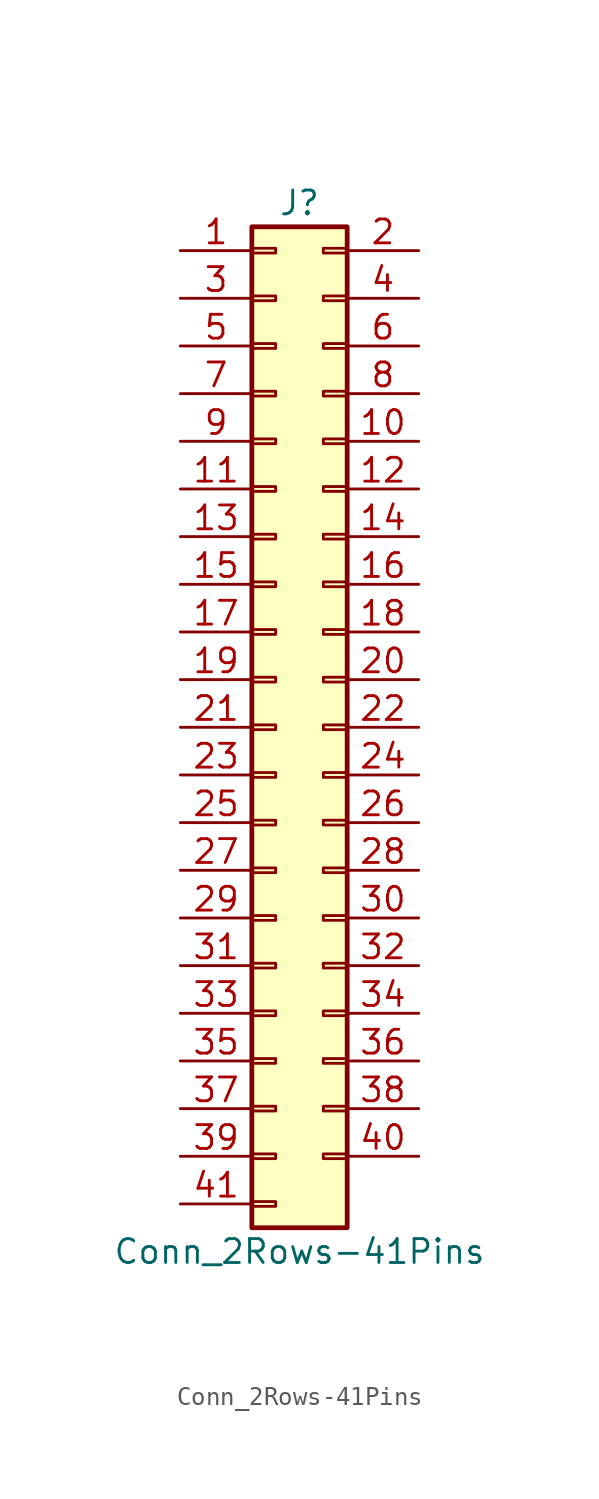
<source format=kicad_sym>
(kicad_symbol_lib
  (version 20220914)
  (generator kicad_symbol_editor)
  (symbol "Conn_2Rows-41Pins"
    (pin_names
      (offset 1.016) hide)
    (property "Reference" "J"
      (at 1.27 27.94 0)
      (effects (font (size 1.27 1.27))))
    (property "Value" "Conn_2Rows-41Pins"
      (at 1.27 -27.94 0)
      (effects (font (size 1.27 1.27))))
    (symbol "Conn_2Rows-41Pins_1_1"
      (rectangle (start -1.27 -25.273) (end 0 -25.527) (stroke (width 0.152) (type default)) (fill (type none)))
      (rectangle (start -1.27 -22.733) (end 0 -22.987) (stroke (width 0.152) (type default)) (fill (type none)))
      (rectangle (start -1.27 -20.193) (end 0 -20.447) (stroke (width 0.152) (type default)) (fill (type none)))
      (rectangle (start -1.27 -17.653) (end 0 -17.907) (stroke (width 0.152) (type default)) (fill (type none)))
      (rectangle (start -1.27 -15.113) (end 0 -15.367) (stroke (width 0.152) (type default)) (fill (type none)))
      (rectangle (start -1.27 -12.573) (end 0 -12.827) (stroke (width 0.152) (type default)) (fill (type none)))
      (rectangle (start -1.27 -10.033) (end 0 -10.287) (stroke (width 0.152) (type default)) (fill (type none)))
      (rectangle (start -1.27 -7.493) (end 0 -7.747) (stroke (width 0.152) (type default)) (fill (type none)))
      (rectangle (start -1.27 -4.953) (end 0 -5.207) (stroke (width 0.152) (type default)) (fill (type none)))
      (rectangle (start -1.27 -2.413) (end 0 -2.667) (stroke (width 0.152) (type default)) (fill (type none)))
      (rectangle (start -1.27 0.127) (end 0 -0.127) (stroke (width 0.152) (type default)) (fill (type none)))
      (rectangle (start -1.27 2.667) (end 0 2.413) (stroke (width 0.152) (type default)) (fill (type none)))
      (rectangle (start -1.27 5.207) (end 0 4.953) (stroke (width 0.152) (type default)) (fill (type none)))
      (rectangle (start -1.27 7.747) (end 0 7.493) (stroke (width 0.152) (type default)) (fill (type none)))
      (rectangle (start -1.27 10.287) (end 0 10.033) (stroke (width 0.152) (type default)) (fill (type none)))
      (rectangle (start -1.27 12.827) (end 0 12.573) (stroke (width 0.152) (type default)) (fill (type none)))
      (rectangle (start -1.27 15.367) (end 0 15.113) (stroke (width 0.152) (type default)) (fill (type none)))
      (rectangle (start -1.27 17.907) (end 0 17.653) (stroke (width 0.152) (type default)) (fill (type none)))
      (rectangle (start -1.27 20.447) (end 0 20.193) (stroke (width 0.152) (type default)) (fill (type none)))
      (rectangle (start -1.27 22.987) (end 0 22.733) (stroke (width 0.152) (type default)) (fill (type none)))
      (rectangle (start -1.27 25.527) (end 0 25.273) (stroke (width 0.152) (type default)) (fill (type none)))
      (rectangle (start -1.27 26.67) (end 3.81 -26.67) (stroke (width 0.254) (type default)) (fill (type background)))
      (rectangle (start 3.81 -22.733) (end 2.54 -22.987) (stroke (width 0.152) (type default)) (fill (type none)))
      (rectangle (start 3.81 -20.193) (end 2.54 -20.447) (stroke (width 0.152) (type default)) (fill (type none)))
      (rectangle (start 3.81 -17.653) (end 2.54 -17.907) (stroke (width 0.152) (type default)) (fill (type none)))
      (rectangle (start 3.81 -15.113) (end 2.54 -15.367) (stroke (width 0.152) (type default)) (fill (type none)))
      (rectangle (start 3.81 -12.573) (end 2.54 -12.827) (stroke (width 0.152) (type default)) (fill (type none)))
      (rectangle (start 3.81 -10.033) (end 2.54 -10.287) (stroke (width 0.152) (type default)) (fill (type none)))
      (rectangle (start 3.81 -7.493) (end 2.54 -7.747) (stroke (width 0.152) (type default)) (fill (type none)))
      (rectangle (start 3.81 -4.953) (end 2.54 -5.207) (stroke (width 0.152) (type default)) (fill (type none)))
      (rectangle (start 3.81 -2.413) (end 2.54 -2.667) (stroke (width 0.152) (type default)) (fill (type none)))
      (rectangle (start 3.81 0.127) (end 2.54 -0.127) (stroke (width 0.152) (type default)) (fill (type none)))
      (rectangle (start 3.81 2.667) (end 2.54 2.413) (stroke (width 0.152) (type default)) (fill (type none)))
      (rectangle (start 3.81 5.207) (end 2.54 4.953) (stroke (width 0.152) (type default)) (fill (type none)))
      (rectangle (start 3.81 7.747) (end 2.54 7.493) (stroke (width 0.152) (type default)) (fill (type none)))
      (rectangle (start 3.81 10.287) (end 2.54 10.033) (stroke (width 0.152) (type default)) (fill (type none)))
      (rectangle (start 3.81 12.827) (end 2.54 12.573) (stroke (width 0.152) (type default)) (fill (type none)))
      (rectangle (start 3.81 15.367) (end 2.54 15.113) (stroke (width 0.152) (type default)) (fill (type none)))
      (rectangle (start 3.81 17.907) (end 2.54 17.653) (stroke (width 0.152) (type default)) (fill (type none)))
      (rectangle (start 3.81 20.447) (end 2.54 20.193) (stroke (width 0.152) (type default)) (fill (type none)))
      (rectangle (start 3.81 22.987) (end 2.54 22.733) (stroke (width 0.152) (type default)) (fill (type none)))
      (rectangle (start 3.81 25.527) (end 2.54 25.273) (stroke (width 0.152) (type default)) (fill (type none)))
      (pin passive line (at -5.08 25.4 0) (length 3.81) (name "Pin_1" (effects (font (size 1.27 1.27)))) (number "1" (effects (font (size 1.27 1.27)))))
      (pin passive line (at 7.62 15.24 180) (length 3.81) (name "Pin_10" (effects (font (size 1.27 1.27)))) (number "10" (effects (font (size 1.27 1.27)))))
      (pin passive line (at -5.08 12.7 0) (length 3.81) (name "Pin_11" (effects (font (size 1.27 1.27)))) (number "11" (effects (font (size 1.27 1.27)))))
      (pin passive line (at 7.62 12.7 180) (length 3.81) (name "Pin_12" (effects (font (size 1.27 1.27)))) (number "12" (effects (font (size 1.27 1.27)))))
      (pin passive line (at -5.08 10.16 0) (length 3.81) (name "Pin_13" (effects (font (size 1.27 1.27)))) (number "13" (effects (font (size 1.27 1.27)))))
      (pin passive line (at 7.62 10.16 180) (length 3.81) (name "Pin_14" (effects (font (size 1.27 1.27)))) (number "14" (effects (font (size 1.27 1.27)))))
      (pin passive line (at -5.08 7.62 0) (length 3.81) (name "Pin_15" (effects (font (size 1.27 1.27)))) (number "15" (effects (font (size 1.27 1.27)))))
      (pin passive line (at 7.62 7.62 180) (length 3.81) (name "Pin_16" (effects (font (size 1.27 1.27)))) (number "16" (effects (font (size 1.27 1.27)))))
      (pin passive line (at -5.08 5.08 0) (length 3.81) (name "Pin_17" (effects (font (size 1.27 1.27)))) (number "17" (effects (font (size 1.27 1.27)))))
      (pin passive line (at 7.62 5.08 180) (length 3.81) (name "Pin_18" (effects (font (size 1.27 1.27)))) (number "18" (effects (font (size 1.27 1.27)))))
      (pin passive line (at -5.08 2.54 0) (length 3.81) (name "Pin_19" (effects (font (size 1.27 1.27)))) (number "19" (effects (font (size 1.27 1.27)))))
      (pin passive line (at 7.62 25.4 180) (length 3.81) (name "Pin_2" (effects (font (size 1.27 1.27)))) (number "2" (effects (font (size 1.27 1.27)))))
      (pin passive line (at 7.62 2.54 180) (length 3.81) (name "Pin_20" (effects (font (size 1.27 1.27)))) (number "20" (effects (font (size 1.27 1.27)))))
      (pin passive line (at -5.08 0 0) (length 3.81) (name "Pin_21" (effects (font (size 1.27 1.27)))) (number "21" (effects (font (size 1.27 1.27)))))
      (pin passive line (at 7.62 0 180) (length 3.81) (name "Pin_22" (effects (font (size 1.27 1.27)))) (number "22" (effects (font (size 1.27 1.27)))))
      (pin passive line (at -5.08 -2.54 0) (length 3.81) (name "Pin_23" (effects (font (size 1.27 1.27)))) (number "23" (effects (font (size 1.27 1.27)))))
      (pin passive line (at 7.62 -2.54 180) (length 3.81) (name "Pin_24" (effects (font (size 1.27 1.27)))) (number "24" (effects (font (size 1.27 1.27)))))
      (pin passive line (at -5.08 -5.08 0) (length 3.81) (name "Pin_25" (effects (font (size 1.27 1.27)))) (number "25" (effects (font (size 1.27 1.27)))))
      (pin passive line (at 7.62 -5.08 180) (length 3.81) (name "Pin_26" (effects (font (size 1.27 1.27)))) (number "26" (effects (font (size 1.27 1.27)))))
      (pin passive line (at -5.08 -7.62 0) (length 3.81) (name "Pin_27" (effects (font (size 1.27 1.27)))) (number "27" (effects (font (size 1.27 1.27)))))
      (pin passive line (at 7.62 -7.62 180) (length 3.81) (name "Pin_28" (effects (font (size 1.27 1.27)))) (number "28" (effects (font (size 1.27 1.27)))))
      (pin passive line (at -5.08 -10.16 0) (length 3.81) (name "Pin_29" (effects (font (size 1.27 1.27)))) (number "29" (effects (font (size 1.27 1.27)))))
      (pin passive line (at -5.08 22.86 0) (length 3.81) (name "Pin_3" (effects (font (size 1.27 1.27)))) (number "3" (effects (font (size 1.27 1.27)))))
      (pin passive line (at 7.62 -10.16 180) (length 3.81) (name "Pin_30" (effects (font (size 1.27 1.27)))) (number "30" (effects (font (size 1.27 1.27)))))
      (pin passive line (at -5.08 -12.7 0) (length 3.81) (name "Pin_31" (effects (font (size 1.27 1.27)))) (number "31" (effects (font (size 1.27 1.27)))))
      (pin passive line (at 7.62 -12.7 180) (length 3.81) (name "Pin_32" (effects (font (size 1.27 1.27)))) (number "32" (effects (font (size 1.27 1.27)))))
      (pin passive line (at -5.08 -15.24 0) (length 3.81) (name "Pin_33" (effects (font (size 1.27 1.27)))) (number "33" (effects (font (size 1.27 1.27)))))
      (pin passive line (at 7.62 -15.24 180) (length 3.81) (name "Pin_34" (effects (font (size 1.27 1.27)))) (number "34" (effects (font (size 1.27 1.27)))))
      (pin passive line (at -5.08 -17.78 0) (length 3.81) (name "Pin_35" (effects (font (size 1.27 1.27)))) (number "35" (effects (font (size 1.27 1.27)))))
      (pin passive line (at 7.62 -17.78 180) (length 3.81) (name "Pin_36" (effects (font (size 1.27 1.27)))) (number "36" (effects (font (size 1.27 1.27)))))
      (pin passive line (at -5.08 -20.32 0) (length 3.81) (name "Pin_37" (effects (font (size 1.27 1.27)))) (number "37" (effects (font (size 1.27 1.27)))))
      (pin passive line (at 7.62 -20.32 180) (length 3.81) (name "Pin_38" (effects (font (size 1.27 1.27)))) (number "38" (effects (font (size 1.27 1.27)))))
      (pin passive line (at -5.08 -22.86 0) (length 3.81) (name "Pin_39" (effects (font (size 1.27 1.27)))) (number "39" (effects (font (size 1.27 1.27)))))
      (pin passive line (at 7.62 22.86 180) (length 3.81) (name "Pin_4" (effects (font (size 1.27 1.27)))) (number "4" (effects (font (size 1.27 1.27)))))
      (pin passive line (at 7.62 -22.86 180) (length 3.81) (name "Pin_40" (effects (font (size 1.27 1.27)))) (number "40" (effects (font (size 1.27 1.27)))))
      (pin passive line (at -5.08 -25.4 0) (length 3.81) (name "Pin_41" (effects (font (size 1.27 1.27)))) (number "41" (effects (font (size 1.27 1.27)))))
      (pin passive line (at -5.08 20.32 0) (length 3.81) (name "Pin_5" (effects (font (size 1.27 1.27)))) (number "5" (effects (font (size 1.27 1.27)))))
      (pin passive line (at 7.62 20.32 180) (length 3.81) (name "Pin_6" (effects (font (size 1.27 1.27)))) (number "6" (effects (font (size 1.27 1.27)))))
      (pin passive line (at -5.08 17.78 0) (length 3.81) (name "Pin_7" (effects (font (size 1.27 1.27)))) (number "7" (effects (font (size 1.27 1.27)))))
      (pin passive line (at 7.62 17.78 180) (length 3.81) (name "Pin_8" (effects (font (size 1.27 1.27)))) (number "8" (effects (font (size 1.27 1.27)))))
      (pin passive line (at -5.08 15.24 0) (length 3.81) (name "Pin_9" (effects (font (size 1.27 1.27)))) (number "9" (effects (font (size 1.27 1.27))))))))
</source>
